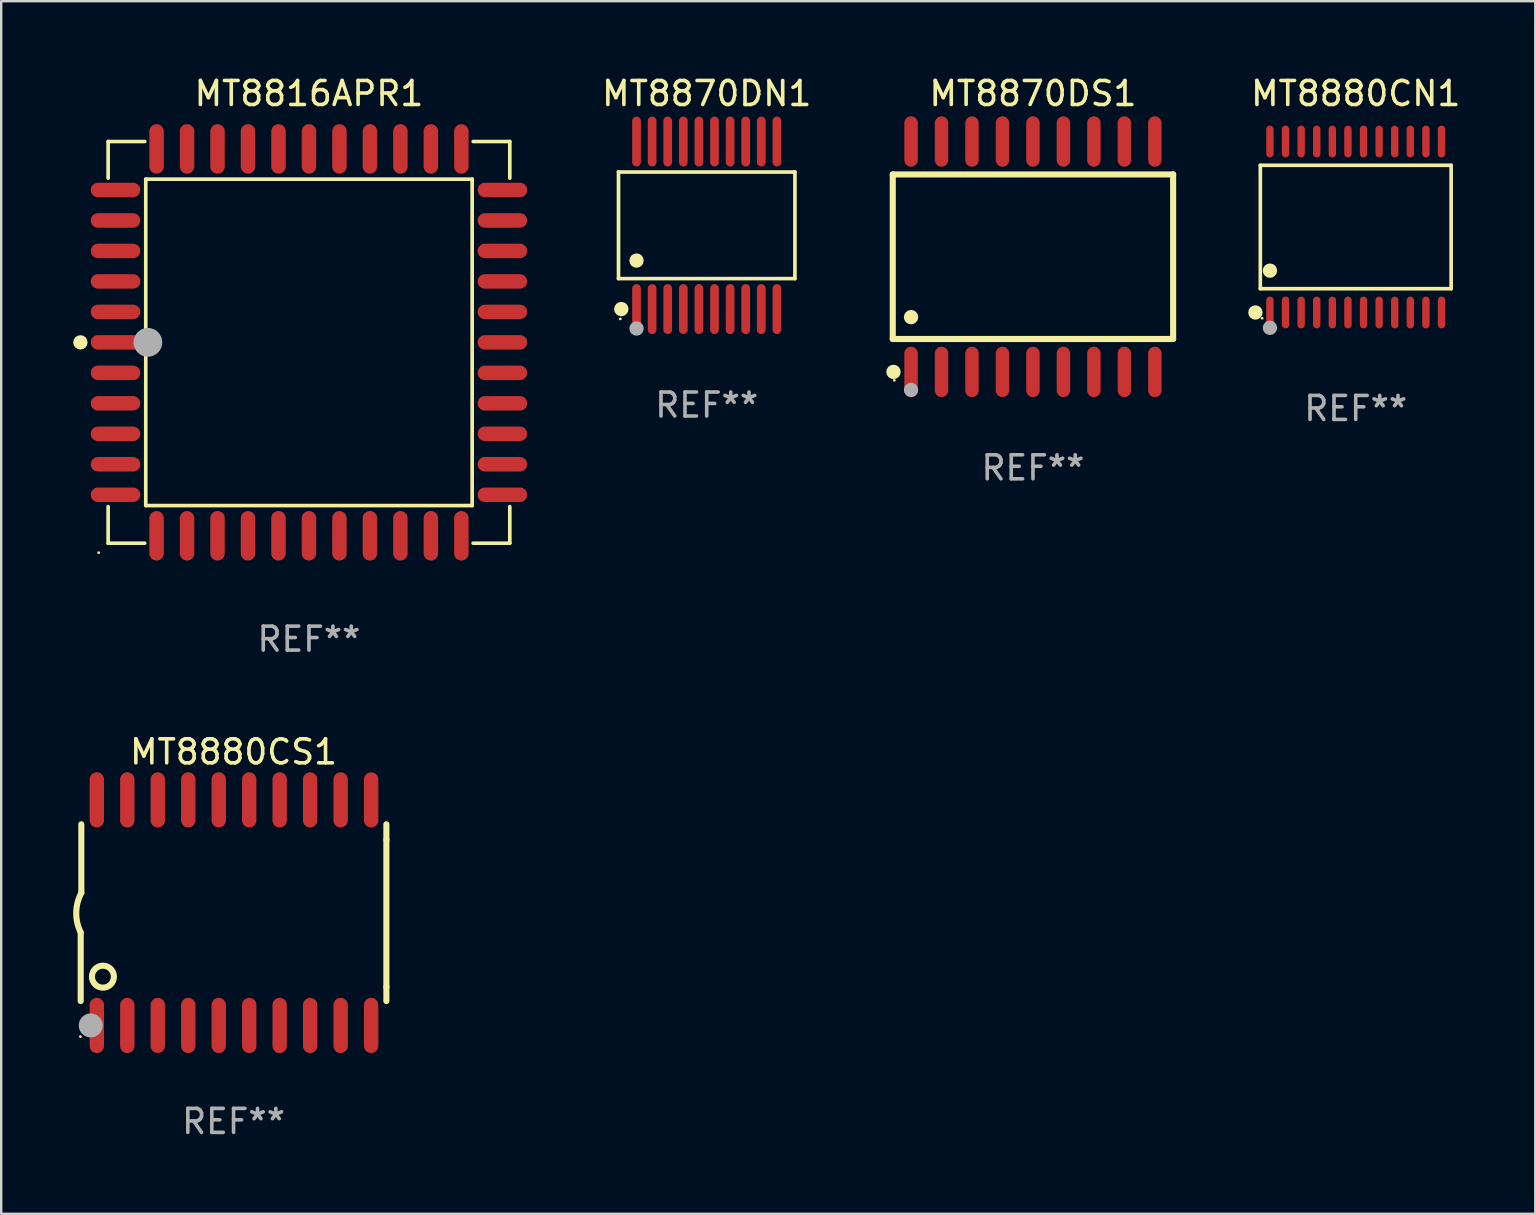
<source format=kicad_pcb>
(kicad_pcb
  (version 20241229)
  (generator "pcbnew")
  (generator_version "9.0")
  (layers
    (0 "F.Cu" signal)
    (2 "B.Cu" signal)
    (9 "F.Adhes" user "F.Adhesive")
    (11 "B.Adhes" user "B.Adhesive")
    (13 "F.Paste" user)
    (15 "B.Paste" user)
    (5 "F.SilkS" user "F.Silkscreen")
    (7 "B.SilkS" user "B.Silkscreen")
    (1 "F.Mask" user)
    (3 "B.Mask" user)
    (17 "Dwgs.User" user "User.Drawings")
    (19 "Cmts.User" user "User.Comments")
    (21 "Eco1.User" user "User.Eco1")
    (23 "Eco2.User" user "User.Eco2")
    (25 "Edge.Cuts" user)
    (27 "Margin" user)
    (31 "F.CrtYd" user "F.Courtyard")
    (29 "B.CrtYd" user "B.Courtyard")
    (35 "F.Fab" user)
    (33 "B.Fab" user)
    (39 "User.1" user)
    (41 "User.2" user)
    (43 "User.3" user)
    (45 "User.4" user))
  (footprint "MT8870DN1"
    (layer "F.Cu")
    (at 26.4 6.339)
    (property "Reference" "MT8870DN1" (at 0 -5.491 0) (layer "F.SilkS") (effects (font (size 1 1) (thickness 0.15))))
    (attr through_hole)
    (fp_line (start -3.676 -2.221) (end 3.676 -2.221) (stroke (width 0.152) (type solid)) (layer "F.SilkS"))
    (fp_line (start -3.676 2.221) (end -3.676 -2.221) (stroke (width 0.152) (type solid)) (layer "F.SilkS"))
    (fp_line (start 3.676 -2.221) (end 3.676 2.221) (stroke (width 0.152) (type solid)) (layer "F.SilkS"))
    (fp_line (start 3.676 2.221) (end -3.676 2.221) (stroke (width 0.152) (type solid)) (layer "F.SilkS"))
    (fp_circle (center -3.6 3.9) (end -3.57 3.9) (stroke (width 0.06) (type solid)) (fill no) (layer "F.SilkS"))
    (fp_circle (center -3.559 3.491) (end -3.409 3.491) (stroke (width 0.3) (type solid)) (fill no) (layer "F.SilkS"))
    (fp_circle (center -2.925 1.469) (end -2.775 1.469) (stroke (width 0.3) (type solid)) (fill no) (layer "F.SilkS"))
    (fp_circle (center -2.925 4.3) (end -2.775 4.3) (stroke (width 0.3) (type solid)) (fill no) (layer "F.Fab"))
    (fp_text user "REF**" (at 0 7.491 0) (layer "F.Fab") (effects (font (size 1 1) (thickness 0.15))))
    (pad "1" smd oval (at -2.925 3.491) (size 0.364 2.082) (layers "F.Cu" "F.Mask" "F.Paste"))
    (pad "2" smd oval (at -2.275 3.491) (size 0.364 2.082) (layers "F.Cu" "F.Mask" "F.Paste"))
    (pad "3" smd oval (at -1.625 3.491) (size 0.364 2.082) (layers "F.Cu" "F.Mask" "F.Paste"))
    (pad "4" smd oval (at -0.975 3.491) (size 0.364 2.082) (layers "F.Cu" "F.Mask" "F.Paste"))
    (pad "5" smd oval (at -0.325 3.491) (size 0.364 2.082) (layers "F.Cu" "F.Mask" "F.Paste"))
    (pad "6" smd oval (at 0.325 3.491) (size 0.364 2.082) (layers "F.Cu" "F.Mask" "F.Paste"))
    (pad "7" smd oval (at 0.975 3.491) (size 0.364 2.082) (layers "F.Cu" "F.Mask" "F.Paste"))
    (pad "8" smd oval (at 1.625 3.491) (size 0.364 2.082) (layers "F.Cu" "F.Mask" "F.Paste"))
    (pad "9" smd oval (at 2.275 3.491) (size 0.364 2.082) (layers "F.Cu" "F.Mask" "F.Paste"))
    (pad "10" smd oval (at 2.925 3.491) (size 0.364 2.082) (layers "F.Cu" "F.Mask" "F.Paste"))
    (pad "11" smd oval (at 2.925 -3.491) (size 0.364 2.082) (layers "F.Cu" "F.Mask" "F.Paste"))
    (pad "12" smd oval (at 2.275 -3.491) (size 0.364 2.082) (layers "F.Cu" "F.Mask" "F.Paste"))
    (pad "13" smd oval (at 1.625 -3.491) (size 0.364 2.082) (layers "F.Cu" "F.Mask" "F.Paste"))
    (pad "14" smd oval (at 0.975 -3.491) (size 0.364 2.082) (layers "F.Cu" "F.Mask" "F.Paste"))
    (pad "15" smd oval (at 0.325 -3.491) (size 0.364 2.082) (layers "F.Cu" "F.Mask" "F.Paste"))
    (pad "16" smd oval (at -0.325 -3.491) (size 0.364 2.082) (layers "F.Cu" "F.Mask" "F.Paste"))
    (pad "17" smd oval (at -0.975 -3.491) (size 0.364 2.082) (layers "F.Cu" "F.Mask" "F.Paste"))
    (pad "18" smd oval (at -1.625 -3.491) (size 0.364 2.082) (layers "F.Cu" "F.Mask" "F.Paste"))
    (pad "19" smd oval (at -2.275 -3.491) (size 0.364 2.082) (layers "F.Cu" "F.Mask" "F.Paste"))
    (pad "20" smd oval (at -2.925 -3.491) (size 0.364 2.082) (layers "F.Cu" "F.Mask" "F.Paste")))
  (footprint "MT8870DS1"
    (layer "F.Cu")
    (at 39.995 7.648)
    (property "Reference" "MT8870DS1" (at 0 -6.8 0) (layer "F.SilkS") (effects (font (size 1 1) (thickness 0.15))))
    (attr through_hole)
    (fp_line (start -5.842 -3.429) (end -5.842 3.429) (stroke (width 0.254) (type solid)) (layer "F.SilkS"))
    (fp_line (start -5.842 3.429) (end 5.842 3.429) (stroke (width 0.254) (type solid)) (layer "F.SilkS"))
    (fp_line (start 5.842 -3.429) (end -5.842 -3.429) (stroke (width 0.254) (type solid)) (layer "F.SilkS"))
    (fp_line (start 5.842 3.429) (end 5.842 -3.429) (stroke (width 0.254) (type solid)) (layer "F.SilkS"))
    (fp_circle (center -5.812 4.8) (end -5.662 4.8) (stroke (width 0.3) (type solid)) (fill no) (layer "F.SilkS"))
    (fp_circle (center -5.775 5.15) (end -5.745 5.15) (stroke (width 0.06) (type solid)) (fill no) (layer "F.SilkS"))
    (fp_circle (center -5.08 2.519) (end -4.93 2.519) (stroke (width 0.3) (type solid)) (fill no) (layer "F.SilkS"))
    (fp_circle (center -5.08 5.55) (end -4.93 5.55) (stroke (width 0.3) (type solid)) (fill no) (layer "F.Fab"))
    (fp_text user "REF**" (at 0 8.8 0) (layer "F.Fab") (effects (font (size 1 1) (thickness 0.15))))
    (pad "1" smd oval (at -5.08 4.8) (size 0.56 2.1) (layers "F.Cu" "F.Mask" "F.Paste"))
    (pad "2" smd oval (at -3.81 4.8) (size 0.56 2.1) (layers "F.Cu" "F.Mask" "F.Paste"))
    (pad "3" smd oval (at -2.54 4.8) (size 0.56 2.1) (layers "F.Cu" "F.Mask" "F.Paste"))
    (pad "4" smd oval (at -1.27 4.8) (size 0.56 2.1) (layers "F.Cu" "F.Mask" "F.Paste"))
    (pad "5" smd oval (at 0 4.8) (size 0.56 2.1) (layers "F.Cu" "F.Mask" "F.Paste"))
    (pad "6" smd oval (at 1.27 4.8) (size 0.56 2.1) (layers "F.Cu" "F.Mask" "F.Paste"))
    (pad "7" smd oval (at 2.54 4.8) (size 0.56 2.1) (layers "F.Cu" "F.Mask" "F.Paste"))
    (pad "8" smd oval (at 3.81 4.8) (size 0.56 2.1) (layers "F.Cu" "F.Mask" "F.Paste"))
    (pad "9" smd oval (at 5.08 4.8) (size 0.56 2.1) (layers "F.Cu" "F.Mask" "F.Paste"))
    (pad "10" smd oval (at 5.08 -4.8) (size 0.56 2.1) (layers "F.Cu" "F.Mask" "F.Paste"))
    (pad "11" smd oval (at 3.81 -4.8) (size 0.56 2.1) (layers "F.Cu" "F.Mask" "F.Paste"))
    (pad "12" smd oval (at 2.54 -4.8) (size 0.56 2.1) (layers "F.Cu" "F.Mask" "F.Paste"))
    (pad "13" smd oval (at 1.27 -4.8) (size 0.56 2.1) (layers "F.Cu" "F.Mask" "F.Paste"))
    (pad "14" smd oval (at 0 -4.8) (size 0.56 2.1) (layers "F.Cu" "F.Mask" "F.Paste"))
    (pad "15" smd oval (at -1.27 -4.8) (size 0.56 2.1) (layers "F.Cu" "F.Mask" "F.Paste"))
    (pad "16" smd oval (at -2.54 -4.8) (size 0.56 2.1) (layers "F.Cu" "F.Mask" "F.Paste"))
    (pad "17" smd oval (at -3.81 -4.8) (size 0.56 2.1) (layers "F.Cu" "F.Mask" "F.Paste"))
    (pad "18" smd oval (at -5.08 -4.8) (size 0.56 2.1) (layers "F.Cu" "F.Mask" "F.Paste")))
  (footprint "MT8880CN1"
    (layer "F.Cu")
    (at 53.446 6.41)
    (property "Reference" "MT8880CN1" (at 0 -5.562 0) (layer "F.SilkS") (effects (font (size 1 1) (thickness 0.15))))
    (attr through_hole)
    (fp_line (start -3.976 -2.571) (end 3.976 -2.571) (stroke (width 0.152) (type solid)) (layer "F.SilkS"))
    (fp_line (start -3.976 2.571) (end -3.976 -2.571) (stroke (width 0.152) (type solid)) (layer "F.SilkS"))
    (fp_line (start 3.976 -2.571) (end 3.976 2.571) (stroke (width 0.152) (type solid)) (layer "F.SilkS"))
    (fp_line (start 3.976 2.571) (end -3.976 2.571) (stroke (width 0.152) (type solid)) (layer "F.SilkS"))
    (fp_circle (center -4.181 3.562) (end -4.031 3.562) (stroke (width 0.3) (type solid)) (fill no) (layer "F.SilkS"))
    (fp_circle (center -3.9 3.8) (end -3.87 3.8) (stroke (width 0.06) (type solid)) (fill no) (layer "F.SilkS"))
    (fp_circle (center -3.575 1.819) (end -3.425 1.819) (stroke (width 0.3) (type solid)) (fill no) (layer "F.SilkS"))
    (fp_circle (center -3.575 4.2) (end -3.425 4.2) (stroke (width 0.3) (type solid)) (fill no) (layer "F.Fab"))
    (fp_text user "REF**" (at 0 7.562 0) (layer "F.Fab") (effects (font (size 1 1) (thickness 0.15))))
    (pad "1" smd oval (at -3.575 3.562) (size 0.308 1.324) (layers "F.Cu" "F.Mask" "F.Paste"))
    (pad "2" smd oval (at -2.925 3.562) (size 0.308 1.324) (layers "F.Cu" "F.Mask" "F.Paste"))
    (pad "3" smd oval (at -2.275 3.562) (size 0.308 1.324) (layers "F.Cu" "F.Mask" "F.Paste"))
    (pad "4" smd oval (at -1.625 3.562) (size 0.308 1.324) (layers "F.Cu" "F.Mask" "F.Paste"))
    (pad "5" smd oval (at -0.975 3.562) (size 0.308 1.324) (layers "F.Cu" "F.Mask" "F.Paste"))
    (pad "6" smd oval (at -0.325 3.562) (size 0.308 1.324) (layers "F.Cu" "F.Mask" "F.Paste"))
    (pad "7" smd oval (at 0.325 3.562) (size 0.308 1.324) (layers "F.Cu" "F.Mask" "F.Paste"))
    (pad "8" smd oval (at 0.975 3.562) (size 0.308 1.324) (layers "F.Cu" "F.Mask" "F.Paste"))
    (pad "9" smd oval (at 1.625 3.562) (size 0.308 1.324) (layers "F.Cu" "F.Mask" "F.Paste"))
    (pad "10" smd oval (at 2.275 3.562) (size 0.308 1.324) (layers "F.Cu" "F.Mask" "F.Paste"))
    (pad "11" smd oval (at 2.925 3.562) (size 0.308 1.324) (layers "F.Cu" "F.Mask" "F.Paste"))
    (pad "12" smd oval (at 3.575 3.562) (size 0.308 1.324) (layers "F.Cu" "F.Mask" "F.Paste"))
    (pad "13" smd oval (at 3.575 -3.562) (size 0.308 1.324) (layers "F.Cu" "F.Mask" "F.Paste"))
    (pad "14" smd oval (at 2.925 -3.562) (size 0.308 1.324) (layers "F.Cu" "F.Mask" "F.Paste"))
    (pad "15" smd oval (at 2.275 -3.562) (size 0.308 1.324) (layers "F.Cu" "F.Mask" "F.Paste"))
    (pad "16" smd oval (at 1.625 -3.562) (size 0.308 1.324) (layers "F.Cu" "F.Mask" "F.Paste"))
    (pad "17" smd oval (at 0.975 -3.562) (size 0.308 1.324) (layers "F.Cu" "F.Mask" "F.Paste"))
    (pad "18" smd oval (at 0.325 -3.562) (size 0.308 1.324) (layers "F.Cu" "F.Mask" "F.Paste"))
    (pad "19" smd oval (at -0.325 -3.562) (size 0.308 1.324) (layers "F.Cu" "F.Mask" "F.Paste"))
    (pad "20" smd oval (at -0.975 -3.562) (size 0.308 1.324) (layers "F.Cu" "F.Mask" "F.Paste"))
    (pad "21" smd oval (at -1.625 -3.562) (size 0.308 1.324) (layers "F.Cu" "F.Mask" "F.Paste"))
    (pad "22" smd oval (at -2.275 -3.562) (size 0.308 1.324) (layers "F.Cu" "F.Mask" "F.Paste"))
    (pad "23" smd oval (at -2.925 -3.562) (size 0.308 1.324) (layers "F.Cu" "F.Mask" "F.Paste"))
    (pad "24" smd oval (at -3.575 -3.562) (size 0.308 1.324) (layers "F.Cu" "F.Mask" "F.Paste")))
  (footprint "MT8880CS1"
    (layer "F.Cu")
    (at 6.682 34.983)
    (property "Reference" "MT8880CS1" (at 0 -6.7 0) (layer "F.SilkS") (effects (font (size 1 1) (thickness 0.15))))
    (attr through_hole)
    (fp_line (start -6.369 0.826) (end -6.369 3.683) (stroke (width 0.254) (type solid)) (layer "F.SilkS"))
    (fp_line (start -6.343 -0.825) (end -6.343 -3.683) (stroke (width 0.254) (type solid)) (layer "F.SilkS"))
    (fp_line (start 6.369 -3.048) (end 6.369 -3.683) (stroke (width 0.254) (type solid)) (layer "F.SilkS"))
    (fp_line (start 6.369 -3.048) (end 6.369 3.096) (stroke (width 0.254) (type solid)) (layer "F.SilkS"))
    (fp_line (start 6.369 3.096) (end 6.369 3.683) (stroke (width 0.254) (type solid)) (layer "F.SilkS"))
    (fp_arc (start -6.36853 0.825552) (mid -6.554743 -0.00301) (end -6.343129 -0.825451) (stroke (width 0.254001) (type solid)) (layer "F.SilkS"))
    (fp_circle (center -6.382 5.163) (end -6.352 5.163) (stroke (width 0.06) (type solid)) (fill no) (layer "F.SilkS"))
    (fp_circle (center -5.443 2.667) (end -4.985 2.667) (stroke (width 0.254) (type solid)) (fill no) (layer "F.SilkS"))
    (fp_circle (center -5.951 4.699) (end -5.701 4.699) (stroke (width 0.5) (type solid)) (fill no) (layer "F.Fab"))
    (fp_text user "REF**" (at 0 8.7 0) (layer "F.Fab") (effects (font (size 1 1) (thickness 0.15))))
    (pad "1" smd oval (at -5.697 4.7 180) (size 0.6 2.3) (layers "F.Cu" "F.Mask" "F.Paste"))
    (pad "2" smd oval (at -4.427 4.7 180) (size 0.6 2.3) (layers "F.Cu" "F.Mask" "F.Paste"))
    (pad "3" smd oval (at -3.157 4.7 180) (size 0.6 2.3) (layers "F.Cu" "F.Mask" "F.Paste"))
    (pad "4" smd oval (at -1.887 4.7 180) (size 0.6 2.3) (layers "F.Cu" "F.Mask" "F.Paste"))
    (pad "5" smd oval (at -0.617 4.7 180) (size 0.6 2.3) (layers "F.Cu" "F.Mask" "F.Paste"))
    (pad "6" smd oval (at 0.653 4.7 180) (size 0.6 2.3) (layers "F.Cu" "F.Mask" "F.Paste"))
    (pad "7" smd oval (at 1.923 4.7 180) (size 0.6 2.3) (layers "F.Cu" "F.Mask" "F.Paste"))
    (pad "8" smd oval (at 3.193 4.7 180) (size 0.6 2.3) (layers "F.Cu" "F.Mask" "F.Paste"))
    (pad "9" smd oval (at 4.463 4.7 180) (size 0.6 2.3) (layers "F.Cu" "F.Mask" "F.Paste"))
    (pad "10" smd oval (at 5.734 4.7 180) (size 0.6 2.3) (layers "F.Cu" "F.Mask" "F.Paste"))
    (pad "11" smd oval (at 5.734 -4.7 180) (size 0.6 2.3) (layers "F.Cu" "F.Mask" "F.Paste"))
    (pad "12" smd oval (at 4.463 -4.7 180) (size 0.6 2.3) (layers "F.Cu" "F.Mask" "F.Paste"))
    (pad "13" smd oval (at 3.193 -4.7 180) (size 0.6 2.3) (layers "F.Cu" "F.Mask" "F.Paste"))
    (pad "14" smd oval (at 1.923 -4.7 180) (size 0.6 2.3) (layers "F.Cu" "F.Mask" "F.Paste"))
    (pad "15" smd oval (at 0.653 -4.7 180) (size 0.6 2.3) (layers "F.Cu" "F.Mask" "F.Paste"))
    (pad "16" smd oval (at -0.617 -4.7 180) (size 0.6 2.3) (layers "F.Cu" "F.Mask" "F.Paste"))
    (pad "17" smd oval (at -1.887 -4.7 180) (size 0.6 2.3) (layers "F.Cu" "F.Mask" "F.Paste"))
    (pad "18" smd oval (at -3.157 -4.7 180) (size 0.6 2.3) (layers "F.Cu" "F.Mask" "F.Paste"))
    (pad "19" smd oval (at -4.427 -4.7 180) (size 0.6 2.3) (layers "F.Cu" "F.Mask" "F.Paste"))
    (pad "20" smd oval (at -5.697 -4.7 180) (size 0.6 2.3) (layers "F.Cu" "F.Mask" "F.Paste")))
  (footprint "MT8816APR1"
    (layer "F.Cu")
    (at 9.825 11.217)
    (property "Reference" "MT8816APR1" (at 0 -10.369 0) (layer "F.SilkS") (effects (font (size 1 1) (thickness 0.15))))
    (attr through_hole)
    (fp_line (start -8.369 -8.369) (end -6.843 -8.369) (stroke (width 0.152) (type solid)) (layer "F.SilkS"))
    (fp_line (start -8.369 -6.843) (end -8.369 -8.369) (stroke (width 0.152) (type solid)) (layer "F.SilkS"))
    (fp_line (start -8.369 6.843) (end -8.369 8.369) (stroke (width 0.152) (type solid)) (layer "F.SilkS"))
    (fp_line (start -8.369 8.369) (end -6.843 8.369) (stroke (width 0.152) (type solid)) (layer "F.SilkS"))
    (fp_line (start -6.801 -6.801) (end 6.801 -6.801) (stroke (width 0.152) (type solid)) (layer "F.SilkS"))
    (fp_line (start -6.801 6.801) (end -6.801 -6.801) (stroke (width 0.152) (type solid)) (layer "F.SilkS"))
    (fp_line (start 6.801 -6.801) (end 6.801 6.801) (stroke (width 0.152) (type solid)) (layer "F.SilkS"))
    (fp_line (start 6.801 6.801) (end -6.801 6.801) (stroke (width 0.152) (type solid)) (layer "F.SilkS"))
    (fp_line (start 8.369 -8.369) (end 6.843 -8.369) (stroke (width 0.152) (type solid)) (layer "F.SilkS"))
    (fp_line (start 8.369 -6.843) (end 8.369 -8.369) (stroke (width 0.152) (type solid)) (layer "F.SilkS"))
    (fp_line (start 8.369 6.843) (end 8.369 8.369) (stroke (width 0.152) (type solid)) (layer "F.SilkS"))
    (fp_line (start 8.369 8.369) (end 6.843 8.369) (stroke (width 0.152) (type solid)) (layer "F.SilkS"))
    (fp_circle (center -9.525 -0.000127) (end -9.375 -0.000127) (stroke (width 0.3) (type solid)) (fill no) (layer "F.SilkS"))
    (fp_circle (center -8.763 8.763) (end -8.733 8.763) (stroke (width 0.06) (type solid)) (fill no) (layer "F.SilkS"))
    (fp_circle (center -6.712 -0.000127) (end -6.412 -0.000127) (stroke (width 0.6) (type solid)) (fill no) (layer "F.Fab"))
    (fp_text user "REF**" (at 0 12.369 0) (layer "F.Fab") (effects (font (size 1 1) (thickness 0.15))))
    (pad "1" smd oval (at -8.061 -0.000127 90) (size 0.604 2.064) (layers "F.Cu" "F.Mask" "F.Paste"))
    (pad "2" smd oval (at -8.061 1.27 90) (size 0.604 2.064) (layers "F.Cu" "F.Mask" "F.Paste"))
    (pad "3" smd oval (at -8.061 2.54 90) (size 0.604 2.064) (layers "F.Cu" "F.Mask" "F.Paste"))
    (pad "4" smd oval (at -8.061 3.81 90) (size 0.604 2.064) (layers "F.Cu" "F.Mask" "F.Paste"))
    (pad "5" smd oval (at -8.061 5.08 90) (size 0.604 2.064) (layers "F.Cu" "F.Mask" "F.Paste"))
    (pad "6" smd oval (at -8.061 6.35 90) (size 0.604 2.064) (layers "F.Cu" "F.Mask" "F.Paste"))
    (pad "7" smd oval (at -6.35 8.061 90) (size 2.064 0.604) (layers "F.Cu" "F.Mask" "F.Paste"))
    (pad "8" smd oval (at -5.08 8.061 90) (size 2.064 0.604) (layers "F.Cu" "F.Mask" "F.Paste"))
    (pad "9" smd oval (at -3.81 8.061 90) (size 2.064 0.604) (layers "F.Cu" "F.Mask" "F.Paste"))
    (pad "10" smd oval (at -2.54 8.061 90) (size 2.064 0.604) (layers "F.Cu" "F.Mask" "F.Paste"))
    (pad "11" smd oval (at -1.27 8.061 90) (size 2.064 0.604) (layers "F.Cu" "F.Mask" "F.Paste"))
    (pad "12" smd oval (at 0.000076 8.061 90) (size 2.064 0.604) (layers "F.Cu" "F.Mask" "F.Paste"))
    (pad "13" smd oval (at 1.27 8.061 90) (size 2.064 0.604) (layers "F.Cu" "F.Mask" "F.Paste"))
    (pad "14" smd oval (at 2.54 8.061 90) (size 2.064 0.604) (layers "F.Cu" "F.Mask" "F.Paste"))
    (pad "15" smd oval (at 3.81 8.061 90) (size 2.064 0.604) (layers "F.Cu" "F.Mask" "F.Paste"))
    (pad "16" smd oval (at 5.08 8.061 90) (size 2.064 0.604) (layers "F.Cu" "F.Mask" "F.Paste"))
    (pad "17" smd oval (at 6.35 8.061 90) (size 2.064 0.604) (layers "F.Cu" "F.Mask" "F.Paste"))
    (pad "18" smd oval (at 8.062 6.35 90) (size 0.604 2.064) (layers "F.Cu" "F.Mask" "F.Paste"))
    (pad "19" smd oval (at 8.062 5.08 90) (size 0.604 2.064) (layers "F.Cu" "F.Mask" "F.Paste"))
    (pad "20" smd oval (at 8.062 3.81 90) (size 0.604 2.064) (layers "F.Cu" "F.Mask" "F.Paste"))
    (pad "21" smd oval (at 8.062 2.54 90) (size 0.604 2.064) (layers "F.Cu" "F.Mask" "F.Paste"))
    (pad "22" smd oval (at 8.062 1.27 90) (size 0.604 2.064) (layers "F.Cu" "F.Mask" "F.Paste"))
    (pad "23" smd oval (at 8.062 -0.000127 90) (size 0.604 2.064) (layers "F.Cu" "F.Mask" "F.Paste"))
    (pad "24" smd oval (at 8.062 -1.27 90) (size 0.604 2.064) (layers "F.Cu" "F.Mask" "F.Paste"))
    (pad "25" smd oval (at 8.062 -2.54 90) (size 0.604 2.064) (layers "F.Cu" "F.Mask" "F.Paste"))
    (pad "26" smd oval (at 8.062 -3.81 90) (size 0.604 2.064) (layers "F.Cu" "F.Mask" "F.Paste"))
    (pad "27" smd oval (at 8.062 -5.08 90) (size 0.604 2.064) (layers "F.Cu" "F.Mask" "F.Paste"))
    (pad "28" smd oval (at 8.062 -6.35 90) (size 0.604 2.064) (layers "F.Cu" "F.Mask" "F.Paste"))
    (pad "29" smd oval (at 6.35 -8.061 90) (size 2.064 0.604) (layers "F.Cu" "F.Mask" "F.Paste"))
    (pad "30" smd oval (at 5.08 -8.061 90) (size 2.064 0.604) (layers "F.Cu" "F.Mask" "F.Paste"))
    (pad "31" smd oval (at 3.81 -8.061 90) (size 2.064 0.604) (layers "F.Cu" "F.Mask" "F.Paste"))
    (pad "32" smd oval (at 2.54 -8.061 90) (size 2.064 0.604) (layers "F.Cu" "F.Mask" "F.Paste"))
    (pad "33" smd oval (at 1.27 -8.061 90) (size 2.064 0.604) (layers "F.Cu" "F.Mask" "F.Paste"))
    (pad "34" smd oval (at 0.000076 -8.061 90) (size 2.064 0.604) (layers "F.Cu" "F.Mask" "F.Paste"))
    (pad "35" smd oval (at -1.27 -8.061 90) (size 2.064 0.604) (layers "F.Cu" "F.Mask" "F.Paste"))
    (pad "36" smd oval (at -2.54 -8.061 90) (size 2.064 0.604) (layers "F.Cu" "F.Mask" "F.Paste"))
    (pad "37" smd oval (at -3.81 -8.061 90) (size 2.064 0.604) (layers "F.Cu" "F.Mask" "F.Paste"))
    (pad "38" smd oval (at -5.08 -8.061 90) (size 2.064 0.604) (layers "F.Cu" "F.Mask" "F.Paste"))
    (pad "39" smd oval (at -6.35 -8.061 90) (size 2.064 0.604) (layers "F.Cu" "F.Mask" "F.Paste"))
    (pad "40" smd oval (at -8.061 -6.35 90) (size 0.604 2.064) (layers "F.Cu" "F.Mask" "F.Paste"))
    (pad "41" smd oval (at -8.061 -5.08 90) (size 0.604 2.064) (layers "F.Cu" "F.Mask" "F.Paste"))
    (pad "42" smd oval (at -8.061 -3.81 90) (size 0.604 2.064) (layers "F.Cu" "F.Mask" "F.Paste"))
    (pad "43" smd oval (at -8.061 -2.54 90) (size 0.604 2.064) (layers "F.Cu" "F.Mask" "F.Paste"))
    (pad "44" smd oval (at -8.061 -1.27 90) (size 0.604 2.064) (layers "F.Cu" "F.Mask" "F.Paste")))
  (gr_rect
    (start -3 -3)
    (end 60.928 47.532)
    (stroke (width 0.1) (type default))
    (fill no)
    (layer "Edge.Cuts")))
</source>
